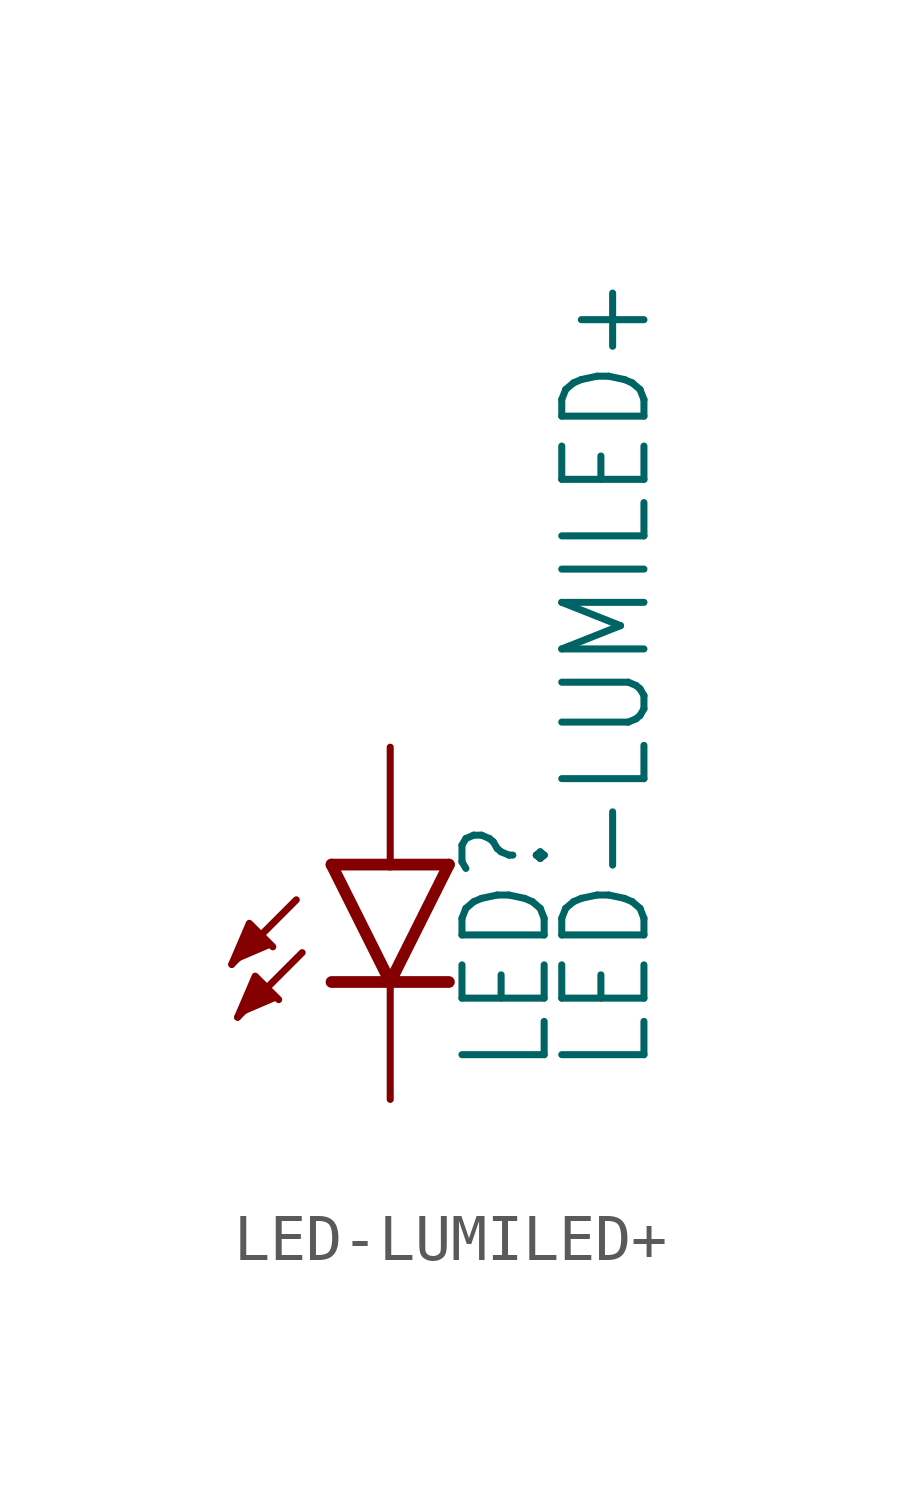
<source format=kicad_sym>
(kicad_symbol_lib
  (version 20210619)
  (generator kicad_symbol_editor)
  (symbol "LED-LUMILED+"
    (property "Reference" "LED"
      (at 3.556 -4.572 90)
      (effects (font (size 1.778 1.511)) (justify left bottom)))
    (property "Value" "LED-LUMILED+"
      (at 5.715 -4.572 90)
      (effects (font (size 1.778 1.511)) (justify left bottom)))
    (property "ki_locked" ""
      (at 0 0 0)
      (effects (font (size 1.27 1.27))))
    (symbol "LED-LUMILED+_1_0"
      (polyline (pts (xy -2.032 -0.762) (xy -3.429 -2.159)) (stroke (width 0.152)) (fill (type none)))
      (polyline (pts (xy -1.905 -1.905) (xy -3.302 -3.302)) (stroke (width 0.152)) (fill (type none)))
      (polyline (pts (xy 0 -2.54) (xy -1.27 -2.54)) (stroke (width 0.254)) (fill (type none)))
      (polyline (pts (xy 0 -2.54) (xy -1.27 0)) (stroke (width 0.254)) (fill (type none)))
      (polyline (pts (xy 0 0) (xy -1.27 0)) (stroke (width 0.254)) (fill (type none)))
      (polyline (pts (xy 1.27 -2.54) (xy 0 -2.54)) (stroke (width 0.254)) (fill (type none)))
      (polyline (pts (xy 1.27 0) (xy 0 -2.54)) (stroke (width 0.254)) (fill (type none)))
      (polyline (pts (xy 1.27 0) (xy 0 0)) (stroke (width 0.254)) (fill (type none)))
      (polyline (pts (xy -3.429 -2.159) (xy -3.048 -1.27) (xy -2.54 -1.778)) (stroke (width 0)) (fill (type outline)))
      (polyline (pts (xy -3.302 -3.302) (xy -2.921 -2.413) (xy -2.413 -2.921)) (stroke (width 0)) (fill (type outline)))
      (pin passive line (at 0 2.54 270) (length 2.54) (name "A" (effects (font (size 0 0)))) (number "2+" (effects (font (size 0 0)))))
      (pin passive line (at 0 -5.08 90) (length 2.54) (name "C" (effects (font (size 0 0)))) (number "4-" (effects (font (size 0 0))))))))
</source>
